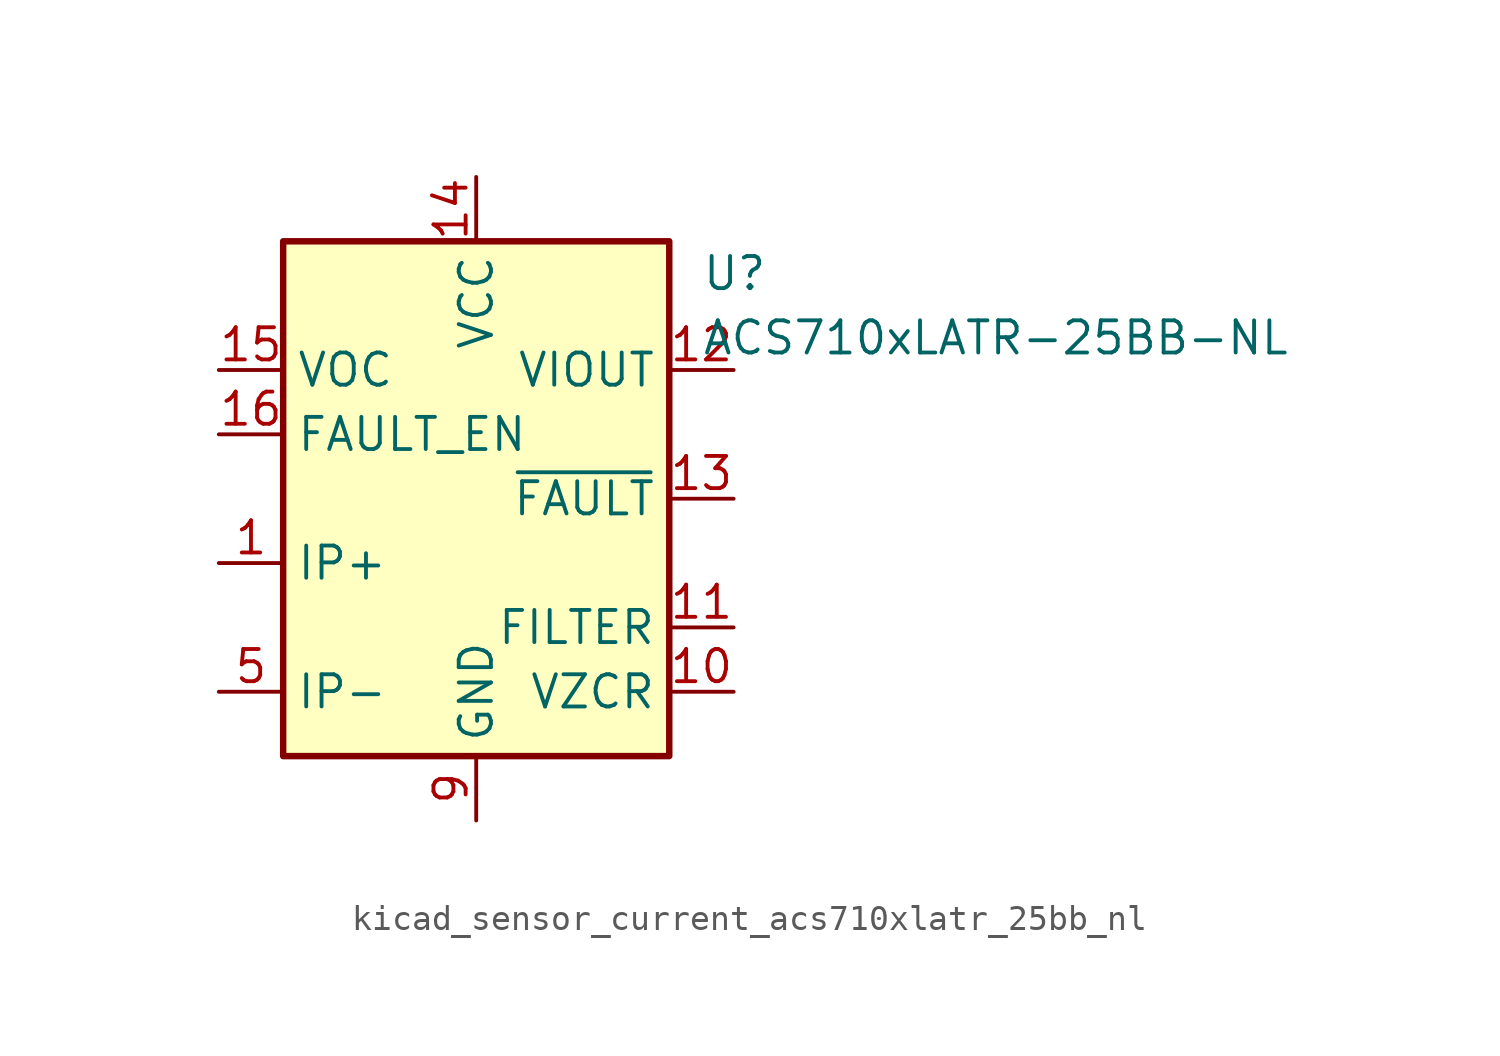
<source format=kicad_sym>
(kicad_symbol_lib
  (version 20220914)
  (generator kicad_symbol_editor)
  (symbol "kicad_sensor_current_acs710xlatr_25bb_nl"
    (property "Reference" "U"
      (at 8.89 8.89 0)
      (effects (font (size 1.27 1.27)) (justify left)))
    (property "Value" "ACS710xLATR-25BB-NL"
      (at 8.89 6.35 0)
      (effects (font (size 1.27 1.27)) (justify left)))
    (symbol "kicad_sensor_current_acs710xlatr_25bb_nl_0_1"
      (rectangle (start -7.62 10.16) (end 7.62 -10.16) (stroke (width 0.254) (type default)) (fill (type background))))
    (symbol "kicad_sensor_current_acs710xlatr_25bb_nl_1_1"
      (pin passive line (at -10.16 -2.54 0) (length 2.54) (name "IP+" (effects (font (size 1.27 1.27)))) (number "1" (effects (font (size 1.27 1.27)))))
      (pin passive line (at 10.16 -7.62 180) (length 2.54) (name "VZCR" (effects (font (size 1.27 1.27)))) (number "10" (effects (font (size 1.27 1.27)))))
      (pin passive line (at 10.16 -5.08 180) (length 2.54) (name "FILTER" (effects (font (size 1.27 1.27)))) (number "11" (effects (font (size 1.27 1.27)))))
      (pin output line (at 10.16 5.08 180) (length 2.54) (name "VIOUT" (effects (font (size 1.27 1.27)))) (number "12" (effects (font (size 1.27 1.27)))))
      (pin output line (at 10.16 0 180) (length 2.54) (name "~{FAULT}" (effects (font (size 1.27 1.27)))) (number "13" (effects (font (size 1.27 1.27)))))
      (pin power_in line (at 0 12.7 270) (length 2.54) (name "VCC" (effects (font (size 1.27 1.27)))) (number "14" (effects (font (size 1.27 1.27)))))
      (pin input line (at -10.16 5.08 0) (length 2.54) (name "VOC" (effects (font (size 1.27 1.27)))) (number "15" (effects (font (size 1.27 1.27)))))
      (pin input line (at -10.16 2.54 0) (length 2.54) (name "FAULT_EN" (effects (font (size 1.27 1.27)))) (number "16" (effects (font (size 1.27 1.27)))))
      (pin passive line (at -10.16 -2.54 0) (length 2.54) hide (name "IP+" (effects (font (size 1.27 1.27)))) (number "2" (effects (font (size 1.27 1.27)))))
      (pin passive line (at -10.16 -2.54 0) (length 2.54) hide (name "IP+" (effects (font (size 1.27 1.27)))) (number "3" (effects (font (size 1.27 1.27)))))
      (pin passive line (at -10.16 -2.54 0) (length 2.54) hide (name "IP+" (effects (font (size 1.27 1.27)))) (number "4" (effects (font (size 1.27 1.27)))))
      (pin passive line (at -10.16 -7.62 0) (length 2.54) (name "IP-" (effects (font (size 1.27 1.27)))) (number "5" (effects (font (size 1.27 1.27)))))
      (pin passive line (at -10.16 -7.62 0) (length 2.54) hide (name "IP-" (effects (font (size 1.27 1.27)))) (number "6" (effects (font (size 1.27 1.27)))))
      (pin passive line (at -10.16 -7.62 0) (length 2.54) hide (name "IP-" (effects (font (size 1.27 1.27)))) (number "7" (effects (font (size 1.27 1.27)))))
      (pin passive line (at -10.16 -7.62 0) (length 2.54) hide (name "IP-" (effects (font (size 1.27 1.27)))) (number "8" (effects (font (size 1.27 1.27)))))
      (pin power_in line (at 0 -12.7 90) (length 2.54) (name "GND" (effects (font (size 1.27 1.27)))) (number "9" (effects (font (size 1.27 1.27))))))))
</source>
